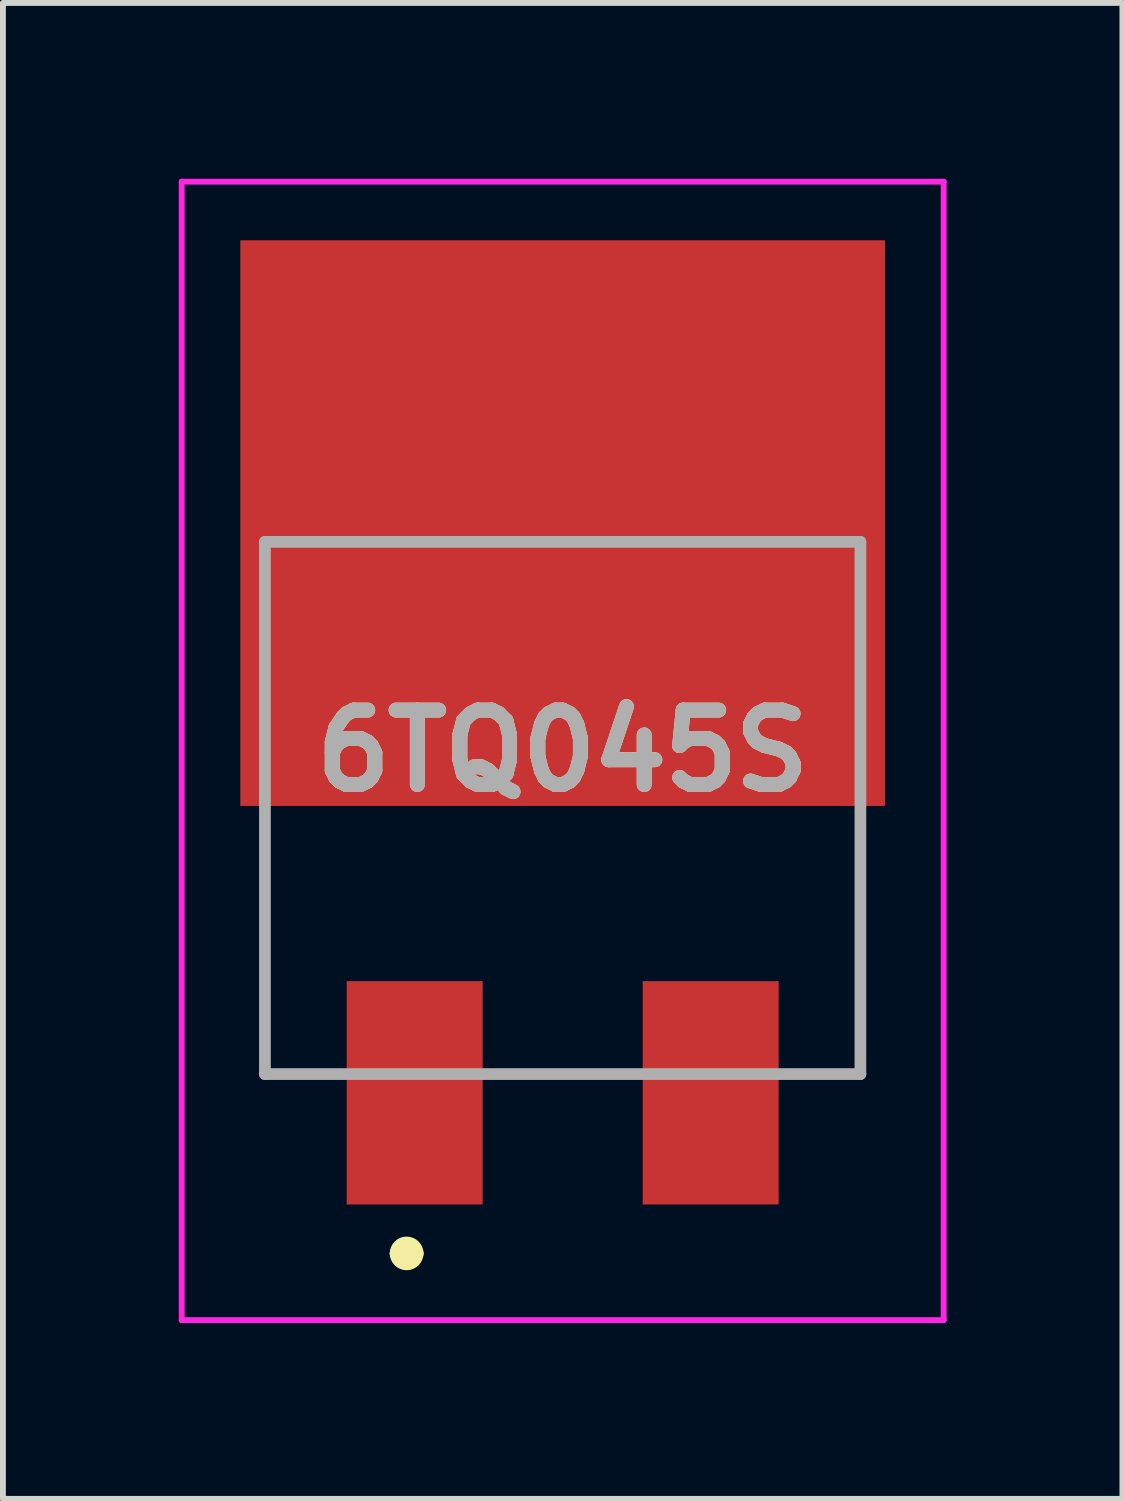
<source format=kicad_pcb>
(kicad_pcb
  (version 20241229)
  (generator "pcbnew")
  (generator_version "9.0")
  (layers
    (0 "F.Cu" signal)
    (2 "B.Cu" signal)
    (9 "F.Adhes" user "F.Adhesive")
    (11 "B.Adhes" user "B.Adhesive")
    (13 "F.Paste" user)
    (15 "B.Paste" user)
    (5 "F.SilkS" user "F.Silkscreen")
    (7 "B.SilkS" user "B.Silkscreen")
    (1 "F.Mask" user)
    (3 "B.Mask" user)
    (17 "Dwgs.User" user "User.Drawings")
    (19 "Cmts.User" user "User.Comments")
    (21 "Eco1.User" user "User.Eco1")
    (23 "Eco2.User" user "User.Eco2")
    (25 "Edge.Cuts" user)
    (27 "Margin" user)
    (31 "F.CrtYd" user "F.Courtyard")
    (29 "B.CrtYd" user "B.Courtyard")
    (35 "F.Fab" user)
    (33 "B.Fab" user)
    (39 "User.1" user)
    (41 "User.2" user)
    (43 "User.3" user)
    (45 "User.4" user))
  (footprint "6TQ045S"
    (layer "F.Cu")
    (at 6.55 10.735)
    (property "Reference" "6TQ045S" (at 0 -0.974 0) (layer "F.SilkS") (effects (font (size 1.27 1.27) (thickness 0.254))))
    (attr smd)
    (fp_line (start -5.08 0.2) (end -5.08 4.54) (stroke (width 0.1) (type solid)) (layer "F.SilkS"))
    (fp_line (start -5.08 4.54) (end -3.9 4.54) (stroke (width 0.1) (type solid)) (layer "F.SilkS"))
    (fp_line (start -2.8 7.6) (end -2.8 7.6) (stroke (width 0.3) (type solid)) (layer "F.SilkS"))
    (fp_line (start -2.525 7.6) (end -2.525 7.6) (stroke (width 0.3) (type solid)) (layer "F.SilkS"))
    (fp_line (start -1.1 4.54) (end 1.2 4.54) (stroke (width 0.1) (type solid)) (layer "F.SilkS"))
    (fp_line (start 5.08 0.2) (end 5.08 4.54) (stroke (width 0.1) (type solid)) (layer "F.SilkS"))
    (fp_line (start 5.08 4.54) (end 3.9 4.54) (stroke (width 0.1) (type solid)) (layer "F.SilkS"))
    (fp_arc (start -2.8 7.6) (mid -2.6625 7.4625) (end -2.525 7.6) (stroke (width 0.3) (type solid)) (layer "F.SilkS"))
    (fp_arc (start -2.525 7.599) (mid -2.662 7.737) (end -2.8 7.6) (stroke (width 0.3) (type solid)) (layer "F.SilkS"))
    (fp_line (start -6.5 -10.685) (end 6.5 -10.685) (stroke (width 0.1) (type solid)) (layer "F.CrtYd"))
    (fp_line (start -6.5 8.738) (end -6.5 -10.685) (stroke (width 0.1) (type solid)) (layer "F.CrtYd"))
    (fp_line (start 6.5 -10.685) (end 6.5 8.738) (stroke (width 0.1) (type solid)) (layer "F.CrtYd"))
    (fp_line (start 6.5 8.738) (end -6.5 8.738) (stroke (width 0.1) (type solid)) (layer "F.CrtYd"))
    (fp_line (start -5.08 -4.54) (end 5.08 -4.54) (stroke (width 0.2) (type solid)) (layer "F.Fab"))
    (fp_line (start -5.08 4.54) (end -5.08 -4.54) (stroke (width 0.2) (type solid)) (layer "F.Fab"))
    (fp_line (start 5.08 -4.54) (end 5.08 4.54) (stroke (width 0.2) (type solid)) (layer "F.Fab"))
    (fp_line (start 5.08 4.54) (end -5.08 4.54) (stroke (width 0.2) (type solid)) (layer "F.Fab"))
    (fp_text user "${REFERENCE}" (at 0 -0.974 0) (layer "F.Fab") (effects (font (size 1.27 1.27) (thickness 0.254))))
    (pad "1" smd rect (at -2.525 4.86) (size 2.32 3.81) (layers "F.Cu" "F.Mask" "F.Paste"))
    (pad "2" smd rect (at 0 -4.86 90) (size 9.65 11) (layers "F.Cu" "F.Mask" "F.Paste"))
    (pad "3" smd rect (at 2.525 4.86) (size 2.32 3.81) (layers "F.Cu" "F.Mask" "F.Paste")))
  (gr_rect
    (start -3 -3)
    (end 16.1 22.523)
    (stroke (width 0.1) (type default))
    (fill no)
    (layer "Edge.Cuts")))
</source>
